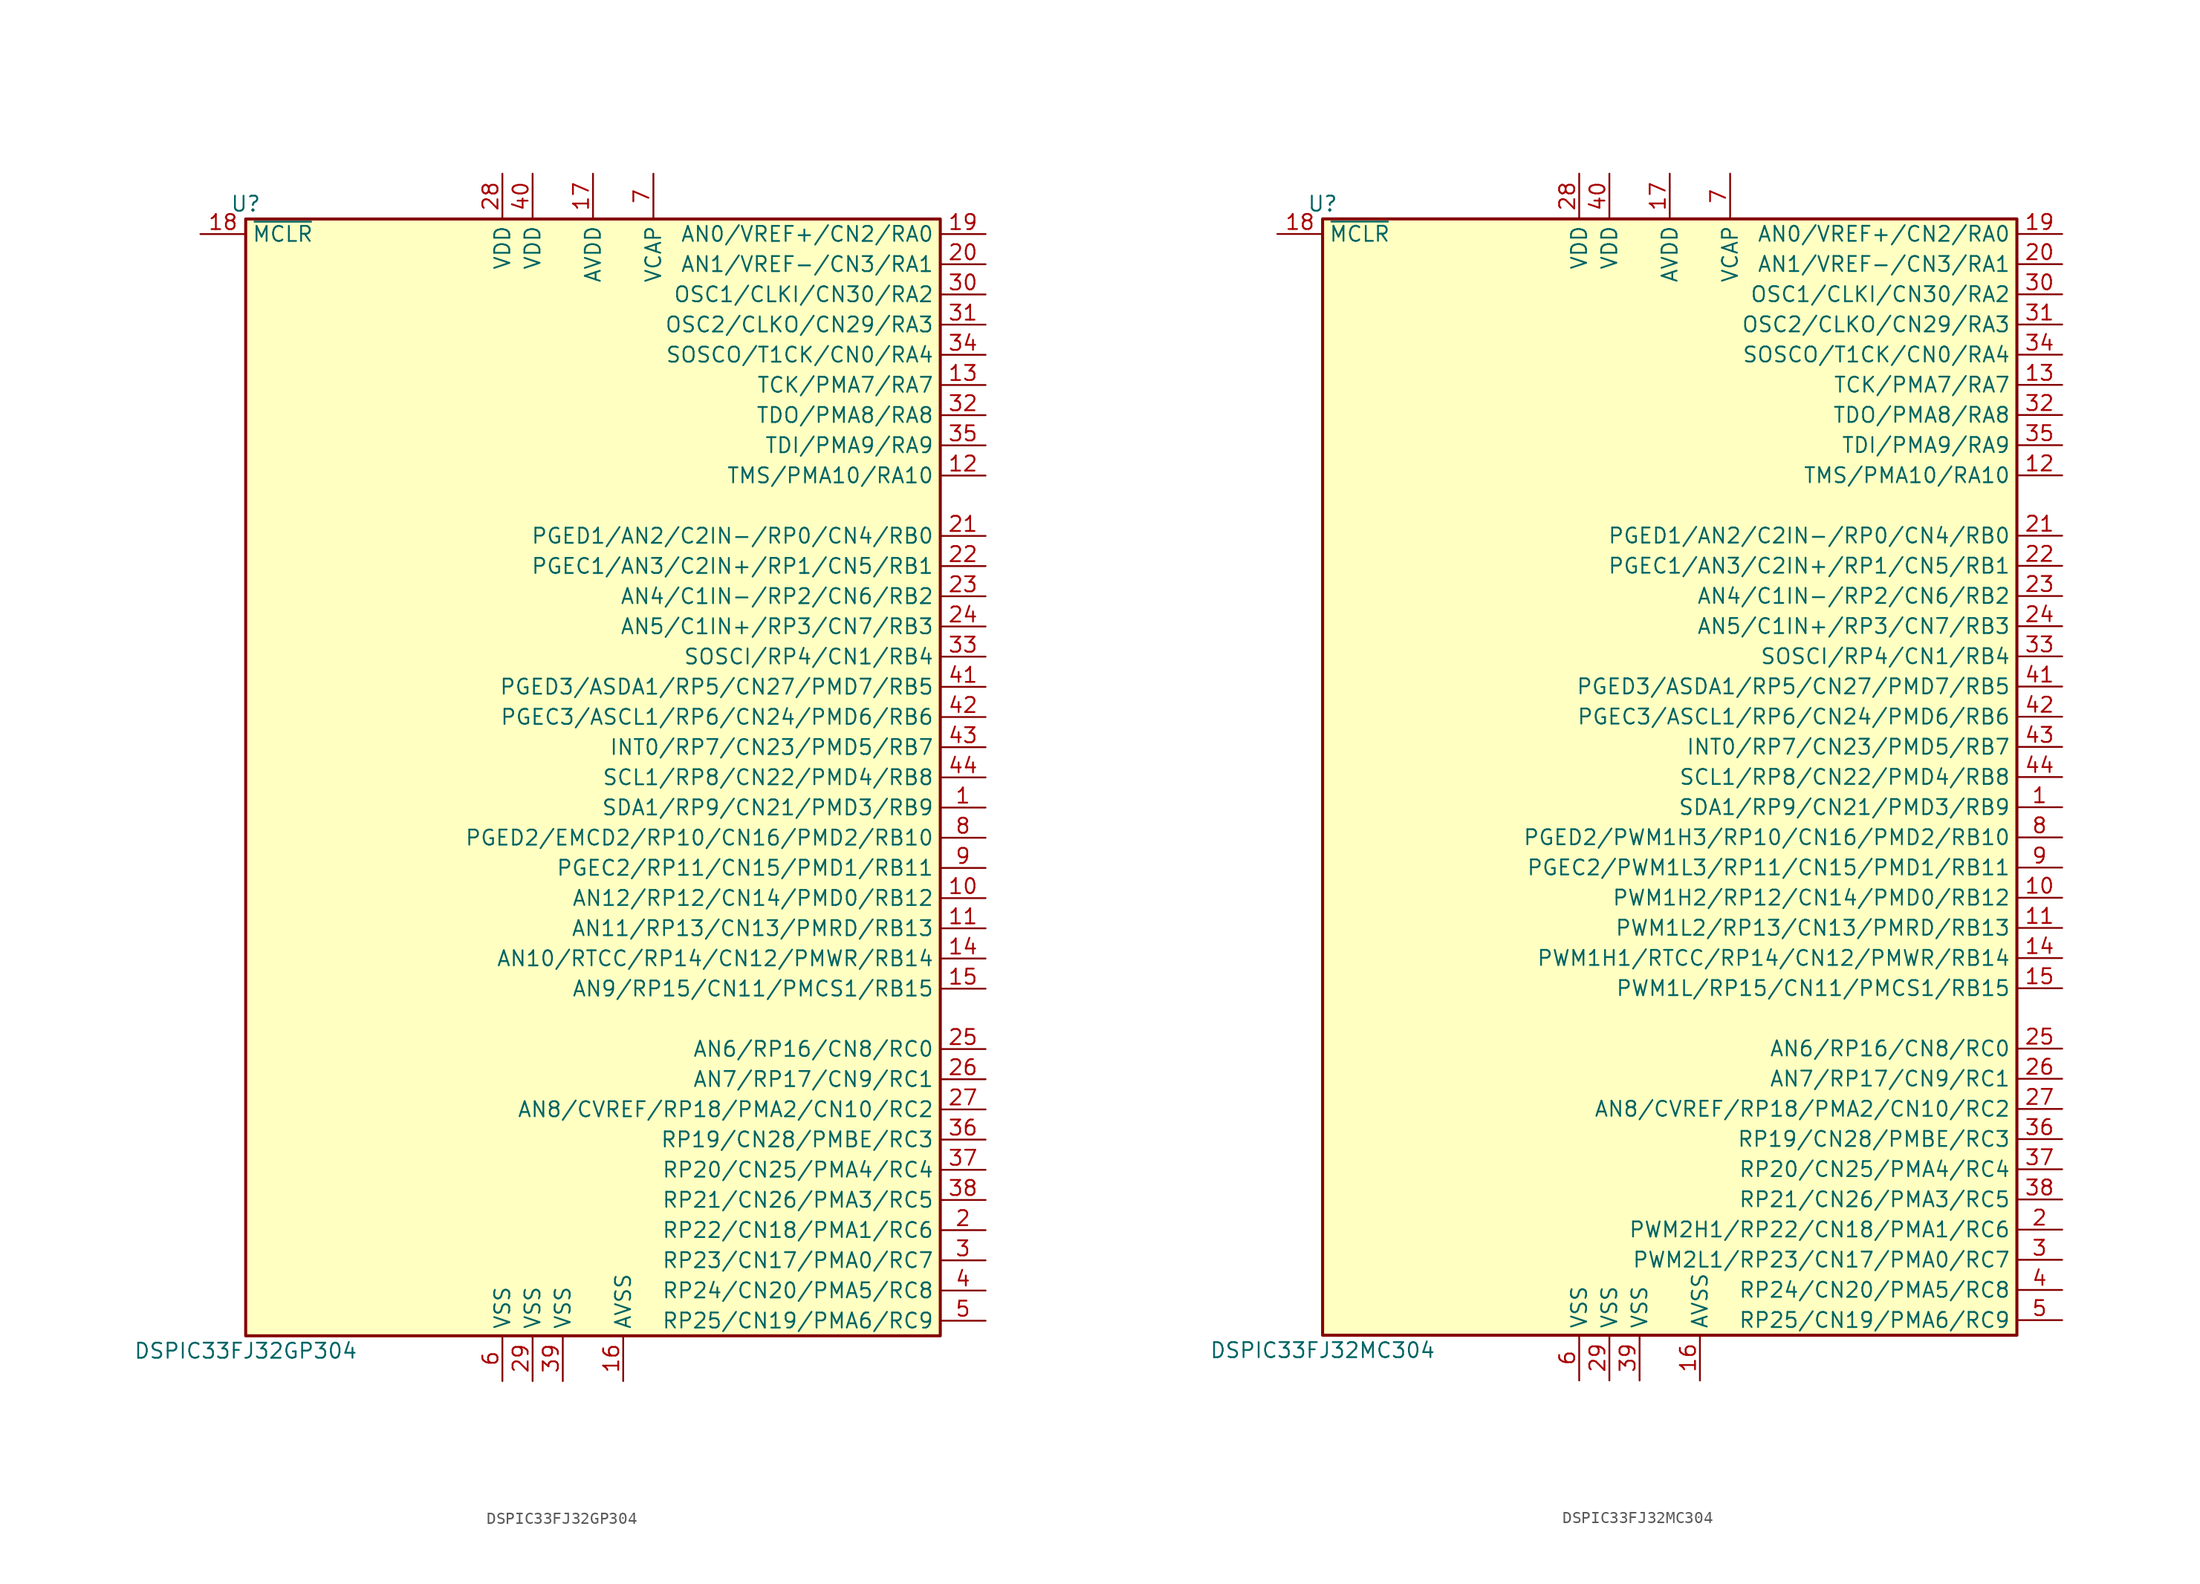
<source format=kicad_sym>
(kicad_symbol_lib
  (version 20241209)
  (generator "kicad_symbol_editor")
  (generator_version "9.0")
  (symbol "DSPIC33FJ32GP304"
    (property "Reference" "U"
      (at -29.21 48.26 0)
      (effects (font (size 1.27 1.27))))
    (property "Value" "DSPIC33FJ32GP304"
      (at -29.21 -48.26 0)
      (effects (font (size 1.27 1.27))))
    (symbol "DSPIC33FJ32GP304_1_1"
      (rectangle (start -29.21 46.99) (end 29.21 -46.99) (stroke (width 0.254) (type default)) (fill (type background)))
      (pin input line (at -33.02 45.72 0) (length 3.81) (name "~{MCLR}" (effects (font (size 1.27 1.27)))) (number "18" (effects (font (size 1.27 1.27)))))
      (pin power_in line (at -7.62 50.8 270) (length 3.81) (name "VDD" (effects (font (size 1.27 1.27)))) (number "28" (effects (font (size 1.27 1.27)))))
      (pin power_in line (at -7.62 -50.8 90) (length 3.81) (name "VSS" (effects (font (size 1.27 1.27)))) (number "6" (effects (font (size 1.27 1.27)))))
      (pin power_in line (at -5.08 50.8 270) (length 3.81) (name "VDD" (effects (font (size 1.27 1.27)))) (number "40" (effects (font (size 1.27 1.27)))))
      (pin power_in line (at -5.08 -50.8 90) (length 3.81) (name "VSS" (effects (font (size 1.27 1.27)))) (number "29" (effects (font (size 1.27 1.27)))))
      (pin power_in line (at -2.54 -50.8 90) (length 3.81) (name "VSS" (effects (font (size 1.27 1.27)))) (number "39" (effects (font (size 1.27 1.27)))))
      (pin power_in line (at 0 50.8 270) (length 3.81) (name "AVDD" (effects (font (size 1.27 1.27)))) (number "17" (effects (font (size 1.27 1.27)))))
      (pin power_in line (at 2.54 -50.8 90) (length 3.81) (name "AVSS" (effects (font (size 1.27 1.27)))) (number "16" (effects (font (size 1.27 1.27)))))
      (pin power_in line (at 5.08 50.8 270) (length 3.81) (name "VCAP" (effects (font (size 1.27 1.27)))) (number "7" (effects (font (size 1.27 1.27)))))
      (pin bidirectional line (at 33.02 45.72 180) (length 3.81) (name "AN0/VREF+/CN2/RA0" (effects (font (size 1.27 1.27)))) (number "19" (effects (font (size 1.27 1.27)))))
      (pin bidirectional line (at 33.02 43.18 180) (length 3.81) (name "AN1/VREF-/CN3/RA1" (effects (font (size 1.27 1.27)))) (number "20" (effects (font (size 1.27 1.27)))))
      (pin input line (at 33.02 40.64 180) (length 3.81) (name "OSC1/CLKI/CN30/RA2" (effects (font (size 1.27 1.27)))) (number "30" (effects (font (size 1.27 1.27)))))
      (pin input line (at 33.02 38.1 180) (length 3.81) (name "OSC2/CLKO/CN29/RA3" (effects (font (size 1.27 1.27)))) (number "31" (effects (font (size 1.27 1.27)))))
      (pin input line (at 33.02 35.56 180) (length 3.81) (name "SOSCO/T1CK/CN0/RA4" (effects (font (size 1.27 1.27)))) (number "34" (effects (font (size 1.27 1.27)))))
      (pin bidirectional line (at 33.02 33.02 180) (length 3.81) (name "TCK/PMA7/RA7" (effects (font (size 1.27 1.27)))) (number "13" (effects (font (size 1.27 1.27)))))
      (pin input line (at 33.02 30.48 180) (length 3.81) (name "TDO/PMA8/RA8" (effects (font (size 1.27 1.27)))) (number "32" (effects (font (size 1.27 1.27)))))
      (pin input line (at 33.02 27.94 180) (length 3.81) (name "TDI/PMA9/RA9" (effects (font (size 1.27 1.27)))) (number "35" (effects (font (size 1.27 1.27)))))
      (pin bidirectional line (at 33.02 25.4 180) (length 3.81) (name "TMS/PMA10/RA10" (effects (font (size 1.27 1.27)))) (number "12" (effects (font (size 1.27 1.27)))))
      (pin bidirectional line (at 33.02 20.32 180) (length 3.81) (name "PGED1/AN2/C2IN-/RP0/CN4/RB0" (effects (font (size 1.27 1.27)))) (number "21" (effects (font (size 1.27 1.27)))))
      (pin bidirectional line (at 33.02 17.78 180) (length 3.81) (name "PGEC1/AN3/C2IN+/RP1/CN5/RB1" (effects (font (size 1.27 1.27)))) (number "22" (effects (font (size 1.27 1.27)))))
      (pin bidirectional line (at 33.02 15.24 180) (length 3.81) (name "AN4/C1IN-/RP2/CN6/RB2" (effects (font (size 1.27 1.27)))) (number "23" (effects (font (size 1.27 1.27)))))
      (pin bidirectional line (at 33.02 12.7 180) (length 3.81) (name "AN5/C1IN+/RP3/CN7/RB3" (effects (font (size 1.27 1.27)))) (number "24" (effects (font (size 1.27 1.27)))))
      (pin input line (at 33.02 10.16 180) (length 3.81) (name "SOSCI/RP4/CN1/RB4" (effects (font (size 1.27 1.27)))) (number "33" (effects (font (size 1.27 1.27)))))
      (pin input line (at 33.02 7.62 180) (length 3.81) (name "PGED3/ASDA1/RP5/CN27/PMD7/RB5" (effects (font (size 1.27 1.27)))) (number "41" (effects (font (size 1.27 1.27)))))
      (pin input line (at 33.02 5.08 180) (length 3.81) (name "PGEC3/ASCL1/RP6/CN24/PMD6/RB6" (effects (font (size 1.27 1.27)))) (number "42" (effects (font (size 1.27 1.27)))))
      (pin input line (at 33.02 2.54 180) (length 3.81) (name "INT0/RP7/CN23/PMD5/RB7" (effects (font (size 1.27 1.27)))) (number "43" (effects (font (size 1.27 1.27)))))
      (pin input line (at 33.02 0 180) (length 3.81) (name "SCL1/RP8/CN22/PMD4/RB8" (effects (font (size 1.27 1.27)))) (number "44" (effects (font (size 1.27 1.27)))))
      (pin bidirectional line (at 33.02 -2.54 180) (length 3.81) (name "SDA1/RP9/CN21/PMD3/RB9" (effects (font (size 1.27 1.27)))) (number "1" (effects (font (size 1.27 1.27)))))
      (pin bidirectional line (at 33.02 -5.08 180) (length 3.81) (name "PGED2/EMCD2/RP10/CN16/PMD2/RB10" (effects (font (size 1.27 1.27)))) (number "8" (effects (font (size 1.27 1.27)))))
      (pin bidirectional line (at 33.02 -7.62 180) (length 3.81) (name "PGEC2/RP11/CN15/PMD1/RB11" (effects (font (size 1.27 1.27)))) (number "9" (effects (font (size 1.27 1.27)))))
      (pin bidirectional line (at 33.02 -10.16 180) (length 3.81) (name "AN12/RP12/CN14/PMD0/RB12" (effects (font (size 1.27 1.27)))) (number "10" (effects (font (size 1.27 1.27)))))
      (pin bidirectional line (at 33.02 -12.7 180) (length 3.81) (name "AN11/RP13/CN13/PMRD/RB13" (effects (font (size 1.27 1.27)))) (number "11" (effects (font (size 1.27 1.27)))))
      (pin bidirectional line (at 33.02 -15.24 180) (length 3.81) (name "AN10/RTCC/RP14/CN12/PMWR/RB14" (effects (font (size 1.27 1.27)))) (number "14" (effects (font (size 1.27 1.27)))))
      (pin bidirectional line (at 33.02 -17.78 180) (length 3.81) (name "AN9/RP15/CN11/PMCS1/RB15" (effects (font (size 1.27 1.27)))) (number "15" (effects (font (size 1.27 1.27)))))
      (pin bidirectional line (at 33.02 -22.86 180) (length 3.81) (name "AN6/RP16/CN8/RC0" (effects (font (size 1.27 1.27)))) (number "25" (effects (font (size 1.27 1.27)))))
      (pin bidirectional line (at 33.02 -25.4 180) (length 3.81) (name "AN7/RP17/CN9/RC1" (effects (font (size 1.27 1.27)))) (number "26" (effects (font (size 1.27 1.27)))))
      (pin bidirectional line (at 33.02 -27.94 180) (length 3.81) (name "AN8/CVREF/RP18/PMA2/CN10/RC2" (effects (font (size 1.27 1.27)))) (number "27" (effects (font (size 1.27 1.27)))))
      (pin input line (at 33.02 -30.48 180) (length 3.81) (name "RP19/CN28/PMBE/RC3" (effects (font (size 1.27 1.27)))) (number "36" (effects (font (size 1.27 1.27)))))
      (pin input line (at 33.02 -33.02 180) (length 3.81) (name "RP20/CN25/PMA4/RC4" (effects (font (size 1.27 1.27)))) (number "37" (effects (font (size 1.27 1.27)))))
      (pin input line (at 33.02 -35.56 180) (length 3.81) (name "RP21/CN26/PMA3/RC5" (effects (font (size 1.27 1.27)))) (number "38" (effects (font (size 1.27 1.27)))))
      (pin bidirectional line (at 33.02 -38.1 180) (length 3.81) (name "RP22/CN18/PMA1/RC6" (effects (font (size 1.27 1.27)))) (number "2" (effects (font (size 1.27 1.27)))))
      (pin bidirectional line (at 33.02 -40.64 180) (length 3.81) (name "RP23/CN17/PMA0/RC7" (effects (font (size 1.27 1.27)))) (number "3" (effects (font (size 1.27 1.27)))))
      (pin bidirectional line (at 33.02 -43.18 180) (length 3.81) (name "RP24/CN20/PMA5/RC8" (effects (font (size 1.27 1.27)))) (number "4" (effects (font (size 1.27 1.27)))))
      (pin bidirectional line (at 33.02 -45.72 180) (length 3.81) (name "RP25/CN19/PMA6/RC9" (effects (font (size 1.27 1.27)))) (number "5" (effects (font (size 1.27 1.27)))))))
  (symbol "DSPIC33FJ32MC304"
    (property "Reference" "U"
      (at -29.21 48.26 0)
      (effects (font (size 1.27 1.27))))
    (property "Value" "DSPIC33FJ32MC304"
      (at -29.21 -48.26 0)
      (effects (font (size 1.27 1.27))))
    (symbol "DSPIC33FJ32MC304_1_1"
      (rectangle (start -29.21 46.99) (end 29.21 -46.99) (stroke (width 0.254) (type default)) (fill (type background)))
      (pin input line (at -33.02 45.72 0) (length 3.81) (name "~{MCLR}" (effects (font (size 1.27 1.27)))) (number "18" (effects (font (size 1.27 1.27)))))
      (pin power_in line (at -7.62 50.8 270) (length 3.81) (name "VDD" (effects (font (size 1.27 1.27)))) (number "28" (effects (font (size 1.27 1.27)))))
      (pin power_in line (at -7.62 -50.8 90) (length 3.81) (name "VSS" (effects (font (size 1.27 1.27)))) (number "6" (effects (font (size 1.27 1.27)))))
      (pin power_in line (at -5.08 50.8 270) (length 3.81) (name "VDD" (effects (font (size 1.27 1.27)))) (number "40" (effects (font (size 1.27 1.27)))))
      (pin power_in line (at -5.08 -50.8 90) (length 3.81) (name "VSS" (effects (font (size 1.27 1.27)))) (number "29" (effects (font (size 1.27 1.27)))))
      (pin power_in line (at -2.54 -50.8 90) (length 3.81) (name "VSS" (effects (font (size 1.27 1.27)))) (number "39" (effects (font (size 1.27 1.27)))))
      (pin power_in line (at 0 50.8 270) (length 3.81) (name "AVDD" (effects (font (size 1.27 1.27)))) (number "17" (effects (font (size 1.27 1.27)))))
      (pin power_in line (at 2.54 -50.8 90) (length 3.81) (name "AVSS" (effects (font (size 1.27 1.27)))) (number "16" (effects (font (size 1.27 1.27)))))
      (pin power_in line (at 5.08 50.8 270) (length 3.81) (name "VCAP" (effects (font (size 1.27 1.27)))) (number "7" (effects (font (size 1.27 1.27)))))
      (pin bidirectional line (at 33.02 45.72 180) (length 3.81) (name "AN0/VREF+/CN2/RA0" (effects (font (size 1.27 1.27)))) (number "19" (effects (font (size 1.27 1.27)))))
      (pin bidirectional line (at 33.02 43.18 180) (length 3.81) (name "AN1/VREF-/CN3/RA1" (effects (font (size 1.27 1.27)))) (number "20" (effects (font (size 1.27 1.27)))))
      (pin input line (at 33.02 40.64 180) (length 3.81) (name "OSC1/CLKI/CN30/RA2" (effects (font (size 1.27 1.27)))) (number "30" (effects (font (size 1.27 1.27)))))
      (pin input line (at 33.02 38.1 180) (length 3.81) (name "OSC2/CLKO/CN29/RA3" (effects (font (size 1.27 1.27)))) (number "31" (effects (font (size 1.27 1.27)))))
      (pin input line (at 33.02 35.56 180) (length 3.81) (name "SOSCO/T1CK/CN0/RA4" (effects (font (size 1.27 1.27)))) (number "34" (effects (font (size 1.27 1.27)))))
      (pin bidirectional line (at 33.02 33.02 180) (length 3.81) (name "TCK/PMA7/RA7" (effects (font (size 1.27 1.27)))) (number "13" (effects (font (size 1.27 1.27)))))
      (pin input line (at 33.02 30.48 180) (length 3.81) (name "TDO/PMA8/RA8" (effects (font (size 1.27 1.27)))) (number "32" (effects (font (size 1.27 1.27)))))
      (pin input line (at 33.02 27.94 180) (length 3.81) (name "TDI/PMA9/RA9" (effects (font (size 1.27 1.27)))) (number "35" (effects (font (size 1.27 1.27)))))
      (pin bidirectional line (at 33.02 25.4 180) (length 3.81) (name "TMS/PMA10/RA10" (effects (font (size 1.27 1.27)))) (number "12" (effects (font (size 1.27 1.27)))))
      (pin bidirectional line (at 33.02 20.32 180) (length 3.81) (name "PGED1/AN2/C2IN-/RP0/CN4/RB0" (effects (font (size 1.27 1.27)))) (number "21" (effects (font (size 1.27 1.27)))))
      (pin bidirectional line (at 33.02 17.78 180) (length 3.81) (name "PGEC1/AN3/C2IN+/RP1/CN5/RB1" (effects (font (size 1.27 1.27)))) (number "22" (effects (font (size 1.27 1.27)))))
      (pin bidirectional line (at 33.02 15.24 180) (length 3.81) (name "AN4/C1IN-/RP2/CN6/RB2" (effects (font (size 1.27 1.27)))) (number "23" (effects (font (size 1.27 1.27)))))
      (pin bidirectional line (at 33.02 12.7 180) (length 3.81) (name "AN5/C1IN+/RP3/CN7/RB3" (effects (font (size 1.27 1.27)))) (number "24" (effects (font (size 1.27 1.27)))))
      (pin input line (at 33.02 10.16 180) (length 3.81) (name "SOSCI/RP4/CN1/RB4" (effects (font (size 1.27 1.27)))) (number "33" (effects (font (size 1.27 1.27)))))
      (pin input line (at 33.02 7.62 180) (length 3.81) (name "PGED3/ASDA1/RP5/CN27/PMD7/RB5" (effects (font (size 1.27 1.27)))) (number "41" (effects (font (size 1.27 1.27)))))
      (pin input line (at 33.02 5.08 180) (length 3.81) (name "PGEC3/ASCL1/RP6/CN24/PMD6/RB6" (effects (font (size 1.27 1.27)))) (number "42" (effects (font (size 1.27 1.27)))))
      (pin input line (at 33.02 2.54 180) (length 3.81) (name "INT0/RP7/CN23/PMD5/RB7" (effects (font (size 1.27 1.27)))) (number "43" (effects (font (size 1.27 1.27)))))
      (pin input line (at 33.02 0 180) (length 3.81) (name "SCL1/RP8/CN22/PMD4/RB8" (effects (font (size 1.27 1.27)))) (number "44" (effects (font (size 1.27 1.27)))))
      (pin bidirectional line (at 33.02 -2.54 180) (length 3.81) (name "SDA1/RP9/CN21/PMD3/RB9" (effects (font (size 1.27 1.27)))) (number "1" (effects (font (size 1.27 1.27)))))
      (pin bidirectional line (at 33.02 -5.08 180) (length 3.81) (name "PGED2/PWM1H3/RP10/CN16/PMD2/RB10" (effects (font (size 1.27 1.27)))) (number "8" (effects (font (size 1.27 1.27)))))
      (pin bidirectional line (at 33.02 -7.62 180) (length 3.81) (name "PGEC2/PWM1L3/RP11/CN15/PMD1/RB11" (effects (font (size 1.27 1.27)))) (number "9" (effects (font (size 1.27 1.27)))))
      (pin bidirectional line (at 33.02 -10.16 180) (length 3.81) (name "PWM1H2/RP12/CN14/PMD0/RB12" (effects (font (size 1.27 1.27)))) (number "10" (effects (font (size 1.27 1.27)))))
      (pin bidirectional line (at 33.02 -12.7 180) (length 3.81) (name "PWM1L2/RP13/CN13/PMRD/RB13" (effects (font (size 1.27 1.27)))) (number "11" (effects (font (size 1.27 1.27)))))
      (pin bidirectional line (at 33.02 -15.24 180) (length 3.81) (name "PWM1H1/RTCC/RP14/CN12/PMWR/RB14" (effects (font (size 1.27 1.27)))) (number "14" (effects (font (size 1.27 1.27)))))
      (pin bidirectional line (at 33.02 -17.78 180) (length 3.81) (name "PWM1L/RP15/CN11/PMCS1/RB15" (effects (font (size 1.27 1.27)))) (number "15" (effects (font (size 1.27 1.27)))))
      (pin bidirectional line (at 33.02 -22.86 180) (length 3.81) (name "AN6/RP16/CN8/RC0" (effects (font (size 1.27 1.27)))) (number "25" (effects (font (size 1.27 1.27)))))
      (pin bidirectional line (at 33.02 -25.4 180) (length 3.81) (name "AN7/RP17/CN9/RC1" (effects (font (size 1.27 1.27)))) (number "26" (effects (font (size 1.27 1.27)))))
      (pin bidirectional line (at 33.02 -27.94 180) (length 3.81) (name "AN8/CVREF/RP18/PMA2/CN10/RC2" (effects (font (size 1.27 1.27)))) (number "27" (effects (font (size 1.27 1.27)))))
      (pin input line (at 33.02 -30.48 180) (length 3.81) (name "RP19/CN28/PMBE/RC3" (effects (font (size 1.27 1.27)))) (number "36" (effects (font (size 1.27 1.27)))))
      (pin input line (at 33.02 -33.02 180) (length 3.81) (name "RP20/CN25/PMA4/RC4" (effects (font (size 1.27 1.27)))) (number "37" (effects (font (size 1.27 1.27)))))
      (pin input line (at 33.02 -35.56 180) (length 3.81) (name "RP21/CN26/PMA3/RC5" (effects (font (size 1.27 1.27)))) (number "38" (effects (font (size 1.27 1.27)))))
      (pin bidirectional line (at 33.02 -38.1 180) (length 3.81) (name "PWM2H1/RP22/CN18/PMA1/RC6" (effects (font (size 1.27 1.27)))) (number "2" (effects (font (size 1.27 1.27)))))
      (pin bidirectional line (at 33.02 -40.64 180) (length 3.81) (name "PWM2L1/RP23/CN17/PMA0/RC7" (effects (font (size 1.27 1.27)))) (number "3" (effects (font (size 1.27 1.27)))))
      (pin bidirectional line (at 33.02 -43.18 180) (length 3.81) (name "RP24/CN20/PMA5/RC8" (effects (font (size 1.27 1.27)))) (number "4" (effects (font (size 1.27 1.27)))))
      (pin bidirectional line (at 33.02 -45.72 180) (length 3.81) (name "RP25/CN19/PMA6/RC9" (effects (font (size 1.27 1.27)))) (number "5" (effects (font (size 1.27 1.27))))))))
</source>
